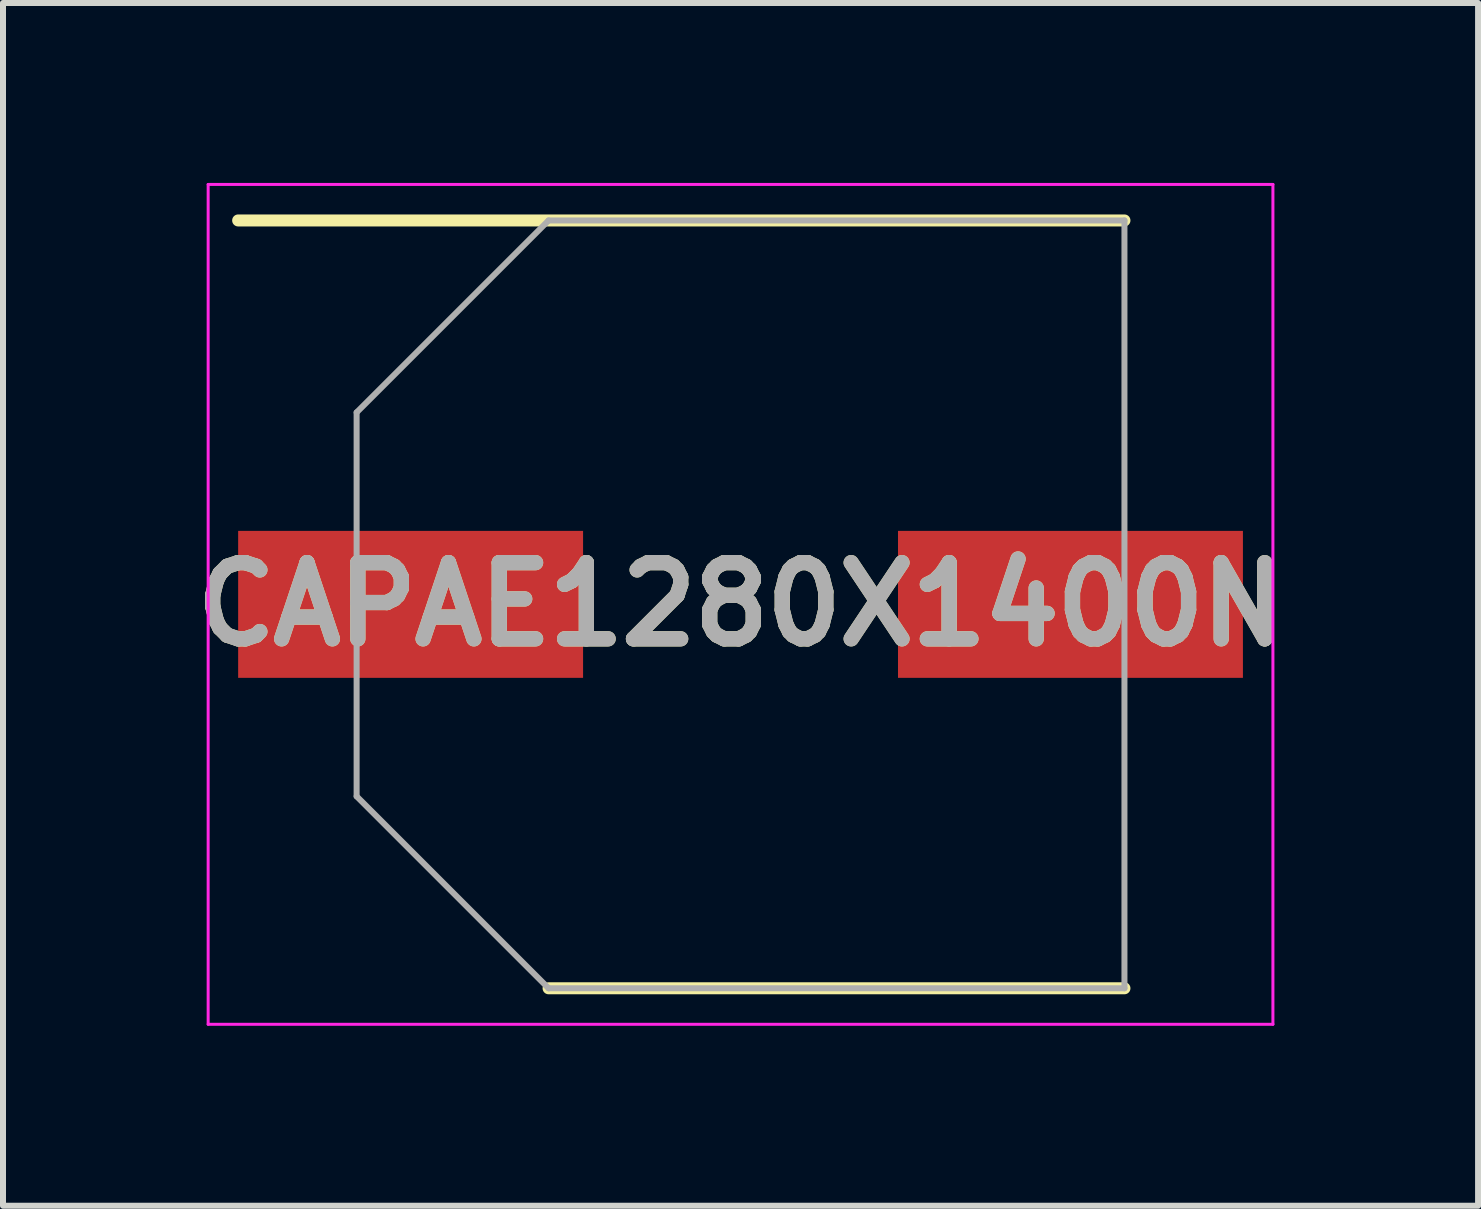
<source format=kicad_pcb>
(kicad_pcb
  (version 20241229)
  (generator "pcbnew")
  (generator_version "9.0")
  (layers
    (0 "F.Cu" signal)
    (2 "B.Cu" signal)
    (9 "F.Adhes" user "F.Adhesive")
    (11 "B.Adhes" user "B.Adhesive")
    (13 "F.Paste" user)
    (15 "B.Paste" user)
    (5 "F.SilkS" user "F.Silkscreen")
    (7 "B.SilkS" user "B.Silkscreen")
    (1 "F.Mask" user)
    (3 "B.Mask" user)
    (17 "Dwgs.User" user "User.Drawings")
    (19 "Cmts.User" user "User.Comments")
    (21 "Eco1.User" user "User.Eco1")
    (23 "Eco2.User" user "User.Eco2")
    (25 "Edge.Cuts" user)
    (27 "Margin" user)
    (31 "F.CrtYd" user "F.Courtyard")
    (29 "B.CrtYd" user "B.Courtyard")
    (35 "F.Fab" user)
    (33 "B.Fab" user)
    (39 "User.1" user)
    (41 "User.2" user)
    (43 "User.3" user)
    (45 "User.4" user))
  (footprint "CAPAE1280X1400N"
    (layer "F.Cu")
    (at 9.295 7.025)
    (property "Reference" "CAPAE1280X1400N" (at 0 0 0) (layer "F.SilkS") (effects (font (size 1.27 1.27) (thickness 0.254))))
    (attr smd)
    (fp_line (start -8.375 -6.4) (end 6.4 -6.4) (stroke (width 0.2) (type solid)) (layer "F.SilkS"))
    (fp_line (start -3.2 6.4) (end 6.4 6.4) (stroke (width 0.2) (type solid)) (layer "F.SilkS"))
    (fp_line (start -8.875 -7) (end 8.875 -7) (stroke (width 0.05) (type solid)) (layer "F.CrtYd"))
    (fp_line (start -8.875 7) (end -8.875 -7) (stroke (width 0.05) (type solid)) (layer "F.CrtYd"))
    (fp_line (start 8.875 -7) (end 8.875 7) (stroke (width 0.05) (type solid)) (layer "F.CrtYd"))
    (fp_line (start 8.875 7) (end -8.875 7) (stroke (width 0.05) (type solid)) (layer "F.CrtYd"))
    (fp_line (start -6.4 -3.2) (end -6.4 3.2) (stroke (width 0.1) (type solid)) (layer "F.Fab"))
    (fp_line (start -6.4 3.2) (end -3.2 6.4) (stroke (width 0.1) (type solid)) (layer "F.Fab"))
    (fp_line (start -3.2 -6.4) (end -6.4 -3.2) (stroke (width 0.1) (type solid)) (layer "F.Fab"))
    (fp_line (start -3.2 6.4) (end 6.4 6.4) (stroke (width 0.1) (type solid)) (layer "F.Fab"))
    (fp_line (start 6.4 -6.4) (end -3.2 -6.4) (stroke (width 0.1) (type solid)) (layer "F.Fab"))
    (fp_line (start 6.4 6.4) (end 6.4 -6.4) (stroke (width 0.1) (type solid)) (layer "F.Fab"))
    (fp_text user "${REFERENCE}" (at 0 0 0) (layer "F.Fab") (effects (font (size 1.27 1.27) (thickness 0.254))))
    (pad "1" smd rect (at -5.5 0 90) (size 2.45 5.75) (layers "F.Cu" "F.Mask" "F.Paste"))
    (pad "2" smd rect (at 5.5 0 90) (size 2.45 5.75) (layers "F.Cu" "F.Mask" "F.Paste")))
  (gr_rect
    (start -3 -3)
    (end 21.59 17.05)
    (stroke (width 0.1) (type default))
    (fill no)
    (layer "Edge.Cuts")))
</source>
